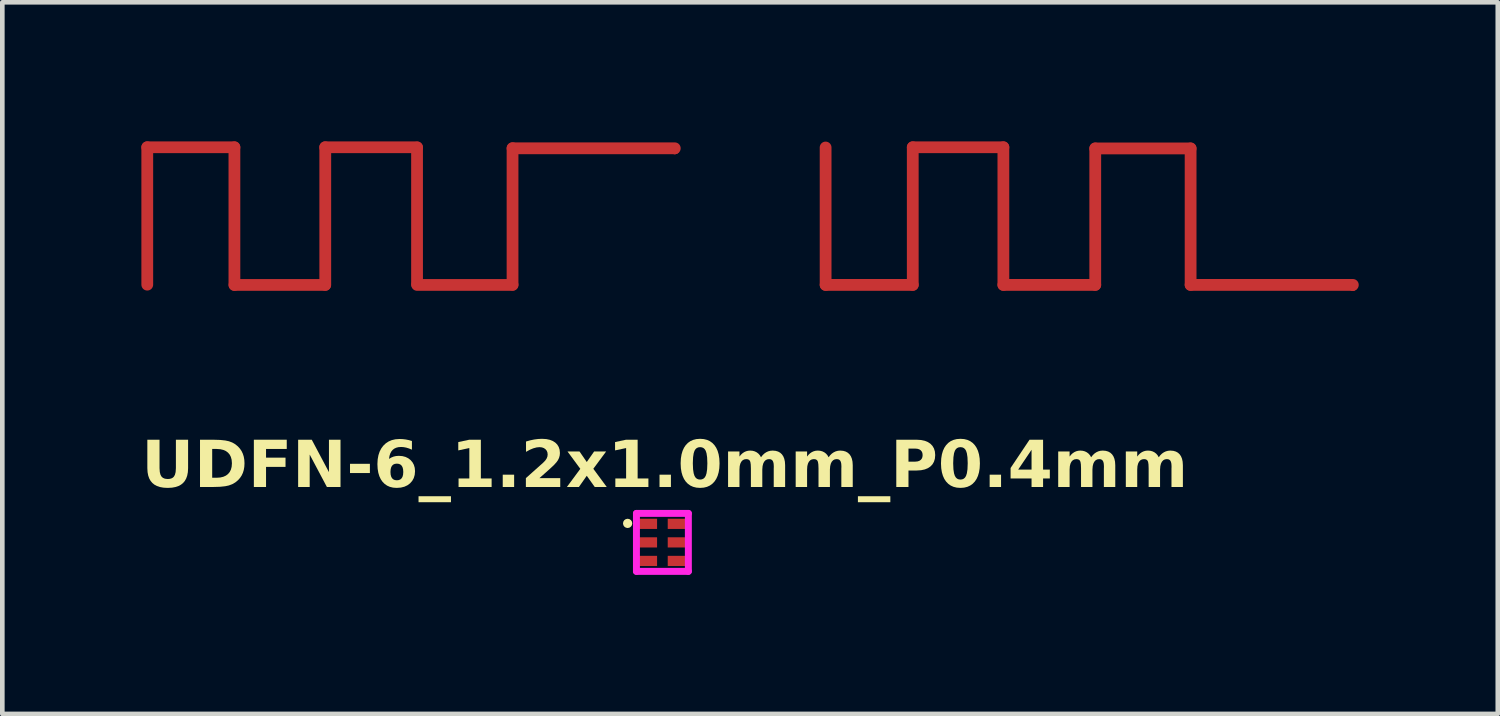
<source format=kicad_pcb>
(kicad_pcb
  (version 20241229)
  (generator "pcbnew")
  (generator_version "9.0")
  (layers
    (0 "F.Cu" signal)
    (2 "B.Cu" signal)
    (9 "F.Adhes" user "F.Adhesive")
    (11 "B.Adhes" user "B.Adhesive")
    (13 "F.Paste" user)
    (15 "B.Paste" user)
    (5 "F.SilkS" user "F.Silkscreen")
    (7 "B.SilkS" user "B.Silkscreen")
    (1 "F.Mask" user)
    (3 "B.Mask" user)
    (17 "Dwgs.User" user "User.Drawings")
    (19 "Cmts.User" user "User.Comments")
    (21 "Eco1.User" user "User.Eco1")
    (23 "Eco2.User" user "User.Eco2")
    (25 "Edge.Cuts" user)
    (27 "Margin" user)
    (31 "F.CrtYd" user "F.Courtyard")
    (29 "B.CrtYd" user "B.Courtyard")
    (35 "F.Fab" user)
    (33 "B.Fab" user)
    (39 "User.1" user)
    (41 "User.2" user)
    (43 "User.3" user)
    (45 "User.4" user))
  (footprint "2.4GHz-meander-antenna-v2-right"
    (layer "F.Cu")
    (at 4.966 1.667)
    (property "Reference" "2.4GHz-meander-antenna-v2-right" (at -0.1 -0.9 0) (unlocked yes) (layer "Eco2.User") (effects (font (face "JetBrains Mono") (size 0.3 0.3) (thickness 0.06) (bold yes))))
    (attr exclude_from_pos_files exclude_from_bom)
    (fp_line (start -4.839 1.424) (end -4.839 -1.54) (stroke (width 0.254) (type solid)) (layer "F.Cu"))
    (fp_line (start -2.959 -1.54) (end -4.839 -1.54) (stroke (width 0.254) (type solid)) (layer "F.Cu"))
    (fp_line (start -2.959 1.43) (end -2.959 -1.539) (stroke (width 0.254) (type solid)) (layer "F.Cu"))
    (fp_line (start -1.002 1.43) (end -2.957 1.43) (stroke (width 0.254) (type solid)) (layer "F.Cu"))
    (fp_line (start -0.999 1.429) (end -0.999 -1.54) (stroke (width 0.254) (type solid)) (layer "F.Cu"))
    (fp_line (start 0.981 -1.54) (end -1.001 -1.54) (stroke (width 0.254) (type solid)) (layer "F.Cu"))
    (fp_line (start 0.981 1.41) (end 0.981 -1.534) (stroke (width 0.254) (type solid)) (layer "F.Cu"))
    (fp_line (start 3.041 1.424) (end 3.041 -1.52) (stroke (width 0.254) (type solid)) (layer "F.Cu"))
    (fp_line (start 3.041 1.43) (end 0.983 1.43) (stroke (width 0.254) (type solid)) (layer "F.Cu"))
    (fp_line (start 6.541 -1.518) (end 3.041 -1.518) (stroke (width 0.254) (type solid)) (layer "F.Cu"))
    (fp_line (start 6.541 -1.49) (end 6.541 -1.49) (stroke (width 0.2) (type default)) (layer "F.Cu"))
    (pad "1" smd circle (at 6.541 -1.49) (size 0.2 0.2) (layers "F.Cu")))
  (footprint "UDFN-6_1.2x1.0mm_P0.4mm"
    (layer "F.Cu")
    (at 11.24 8.651)
    (property "Reference" "UDFN-6_1.2x1.0mm_P0.4mm" (at 0.05 -1.61 180) (layer "F.SilkS") (effects (font (face "JetBrains Mono") (size 1 1) (thickness 0.06) (bold yes))))
    (fp_circle (center -0.75 -0.41) (end -0.7 -0.41) (stroke (width 0.1) (type solid)) (fill no) (layer "F.SilkS"))
    (fp_line (start -0.56 -0.625) (end -0.56 0.625) (stroke (width 0.15) (type solid)) (layer "F.CrtYd"))
    (fp_line (start -0.56 0.625) (end 0.56 0.625) (stroke (width 0.15) (type solid)) (layer "F.CrtYd"))
    (fp_line (start 0.56 -0.625) (end -0.56 -0.625) (stroke (width 0.15) (type solid)) (layer "F.CrtYd"))
    (fp_line (start 0.56 0.625) (end 0.56 -0.625) (stroke (width 0.15) (type solid)) (layer "F.CrtYd"))
    (pad "1" smd rect (at -0.325 -0.4 270) (size 0.22 0.42) (layers "F.Cu" "F.Mask" "F.Paste"))
    (pad "2" smd rect (at -0.325 0 270) (size 0.22 0.42) (layers "F.Cu" "F.Mask" "F.Paste"))
    (pad "3" smd rect (at -0.325 0.4 270) (size 0.22 0.42) (layers "F.Cu" "F.Mask" "F.Paste"))
    (pad "4" smd rect (at 0.325 0.4 270) (size 0.22 0.42) (layers "F.Cu" "F.Mask" "F.Paste"))
    (pad "5" smd rect (at 0.325 0 270) (size 0.22 0.42) (layers "F.Cu" "F.Mask" "F.Paste"))
    (pad "6" smd rect (at 0.325 -0.4 270) (size 0.22 0.42) (layers "F.Cu" "F.Mask" "F.Paste")))
  (footprint "2.4GHz-meander-antenna-v2"
    (layer "F.Cu")
    (at 19.635 1.624)
    (property "Reference" "2.4GHz-meander-antenna-v2" (at -0.1 -0.9 0) (unlocked yes) (layer "Eco2.User") (effects (font (face "JetBrains Mono") (size 0.3 0.3) (thickness 0.06) (bold yes))))
    (attr exclude_from_pos_files exclude_from_bom)
    (fp_line (start -4.874 1.472) (end -4.874 -1.492) (stroke (width 0.254) (type solid)) (layer "F.Cu"))
    (fp_line (start -2.994 1.472) (end -4.874 1.472) (stroke (width 0.254) (type solid)) (layer "F.Cu"))
    (fp_line (start -2.994 1.472) (end -2.994 -1.497) (stroke (width 0.254) (type solid)) (layer "F.Cu"))
    (fp_line (start -1.039 -1.497) (end -2.994 -1.497) (stroke (width 0.254) (type solid)) (layer "F.Cu"))
    (fp_line (start -1.039 1.472) (end -1.039 -1.497) (stroke (width 0.254) (type solid)) (layer "F.Cu"))
    (fp_line (start 0.943 1.472) (end -1.039 1.472) (stroke (width 0.254) (type solid)) (layer "F.Cu"))
    (fp_line (start 0.943 1.472) (end 0.943 -1.472) (stroke (width 0.254) (type solid)) (layer "F.Cu"))
    (fp_line (start 3 -1.472) (end 0.943 -1.472) (stroke (width 0.254) (type solid)) (layer "F.Cu"))
    (fp_line (start 3 1.472) (end 3 -1.472) (stroke (width 0.254) (type solid)) (layer "F.Cu"))
    (fp_line (start 6.5 1.472) (end 3 1.472) (stroke (width 0.254) (type solid)) (layer "F.Cu"))
    (fp_line (start 6.5 1.5) (end 6.5 1.5) (stroke (width 0.2) (type default)) (layer "F.Cu"))
    (pad "1" smd circle (at 6.5 1.5) (size 0.2 0.2) (layers "F.Cu")))
  (gr_rect
    (start -3 -3)
    (end 29.262 12.351)
    (stroke (width 0.1) (type default))
    (fill no)
    (layer "Edge.Cuts")))
</source>
